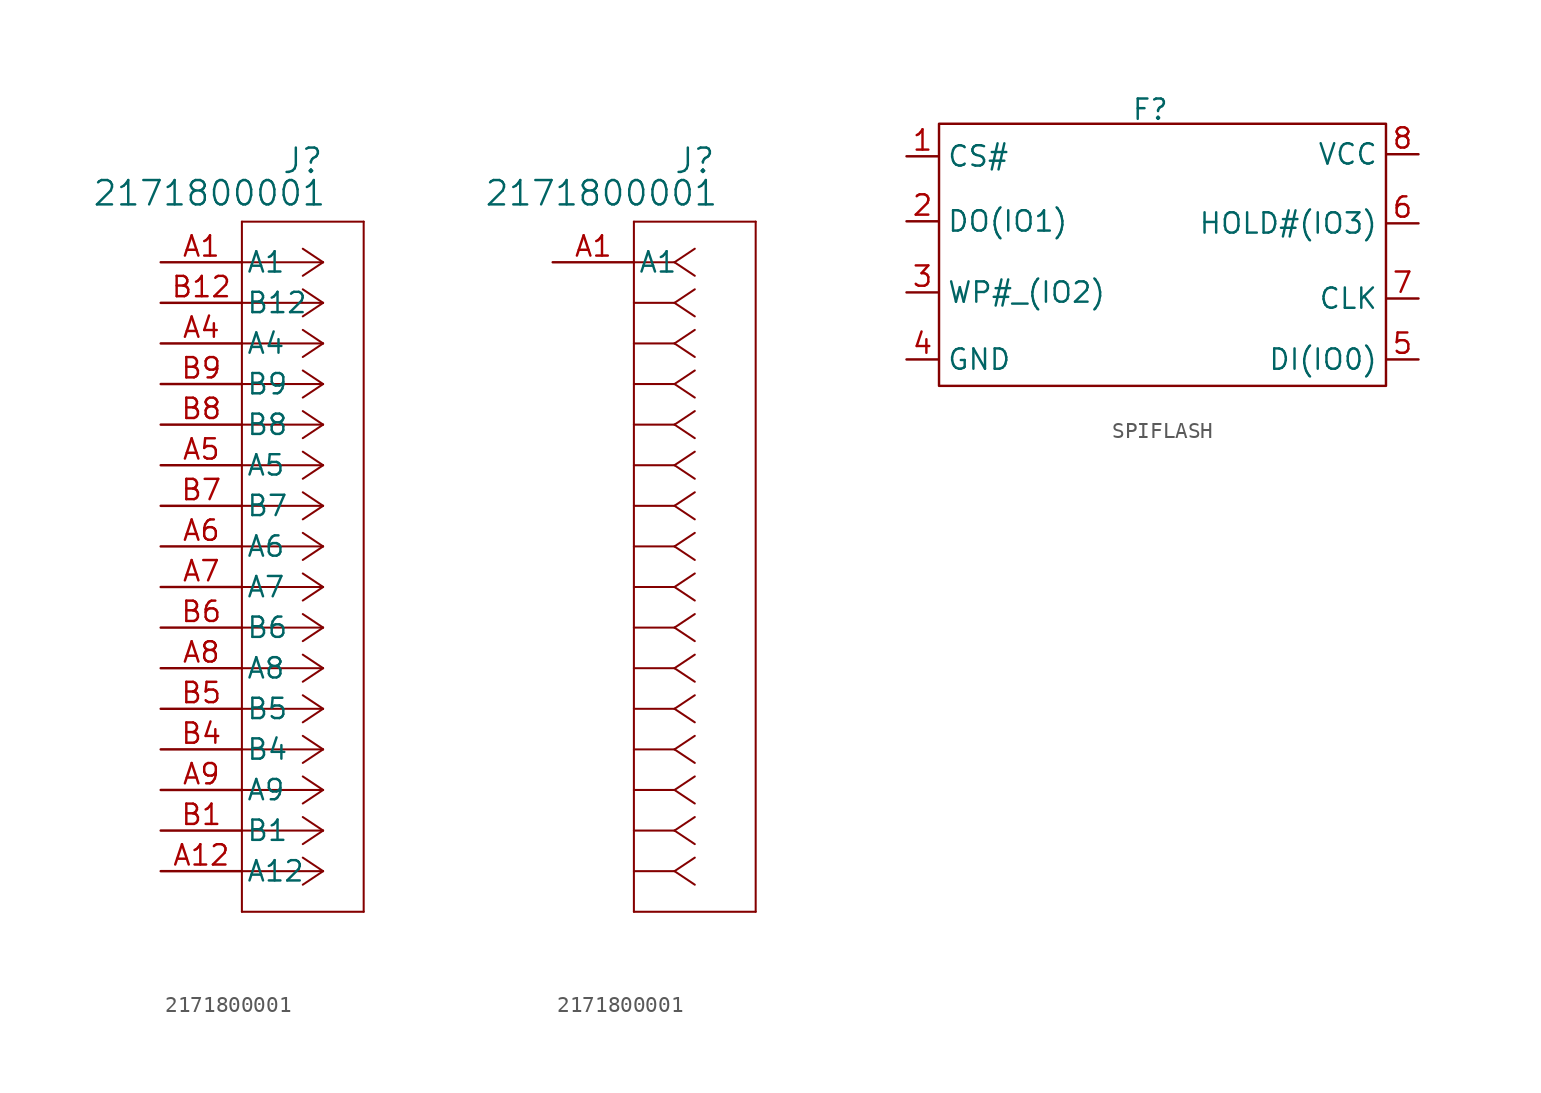
<source format=kicad_sym>
(kicad_symbol_lib
  (version 20231120)
  (generator "kicad_symbol_editor")
  (generator_version "8.0")
  (symbol "2171800001"
    (pin_names
      (offset 0.254))
    (property "Reference" "J"
      (at 8.89 6.35 0)
      (effects (font (size 1.524 1.524))))
    (property "Value" "2171800001"
      (at 3.048 4.318 0)
      (effects (font (size 1.524 1.524))))
    (property "ki_locked" ""
      (at 0 0 0)
      (effects (font (size 1.27 1.27))))
    (symbol "2171800001_1_1"
      (polyline (pts (xy 5.08 -40.64) (xy 12.7 -40.64)) (stroke (width 0.127) (type default)) (fill (type none)))
      (polyline (pts (xy 5.08 2.54) (xy 5.08 -40.64)) (stroke (width 0.127) (type default)) (fill (type none)))
      (polyline (pts (xy 10.16 -38.1) (xy 5.08 -38.1)) (stroke (width 0.127) (type default)) (fill (type none)))
      (polyline (pts (xy 10.16 -38.1) (xy 8.89 -38.947)) (stroke (width 0.127) (type default)) (fill (type none)))
      (polyline (pts (xy 10.16 -38.1) (xy 8.89 -37.253)) (stroke (width 0.127) (type default)) (fill (type none)))
      (polyline (pts (xy 10.16 -35.56) (xy 5.08 -35.56)) (stroke (width 0.127) (type default)) (fill (type none)))
      (polyline (pts (xy 10.16 -35.56) (xy 8.89 -36.407)) (stroke (width 0.127) (type default)) (fill (type none)))
      (polyline (pts (xy 10.16 -35.56) (xy 8.89 -34.713)) (stroke (width 0.127) (type default)) (fill (type none)))
      (polyline (pts (xy 10.16 -33.02) (xy 5.08 -33.02)) (stroke (width 0.127) (type default)) (fill (type none)))
      (polyline (pts (xy 10.16 -33.02) (xy 8.89 -33.867)) (stroke (width 0.127) (type default)) (fill (type none)))
      (polyline (pts (xy 10.16 -33.02) (xy 8.89 -32.173)) (stroke (width 0.127) (type default)) (fill (type none)))
      (polyline (pts (xy 10.16 -30.48) (xy 5.08 -30.48)) (stroke (width 0.127) (type default)) (fill (type none)))
      (polyline (pts (xy 10.16 -30.48) (xy 8.89 -31.327)) (stroke (width 0.127) (type default)) (fill (type none)))
      (polyline (pts (xy 10.16 -30.48) (xy 8.89 -29.633)) (stroke (width 0.127) (type default)) (fill (type none)))
      (polyline (pts (xy 10.16 -27.94) (xy 5.08 -27.94)) (stroke (width 0.127) (type default)) (fill (type none)))
      (polyline (pts (xy 10.16 -27.94) (xy 8.89 -28.787)) (stroke (width 0.127) (type default)) (fill (type none)))
      (polyline (pts (xy 10.16 -27.94) (xy 8.89 -27.093)) (stroke (width 0.127) (type default)) (fill (type none)))
      (polyline (pts (xy 10.16 -25.4) (xy 5.08 -25.4)) (stroke (width 0.127) (type default)) (fill (type none)))
      (polyline (pts (xy 10.16 -25.4) (xy 8.89 -26.247)) (stroke (width 0.127) (type default)) (fill (type none)))
      (polyline (pts (xy 10.16 -25.4) (xy 8.89 -24.553)) (stroke (width 0.127) (type default)) (fill (type none)))
      (polyline (pts (xy 10.16 -22.86) (xy 5.08 -22.86)) (stroke (width 0.127) (type default)) (fill (type none)))
      (polyline (pts (xy 10.16 -22.86) (xy 8.89 -23.707)) (stroke (width 0.127) (type default)) (fill (type none)))
      (polyline (pts (xy 10.16 -22.86) (xy 8.89 -22.013)) (stroke (width 0.127) (type default)) (fill (type none)))
      (polyline (pts (xy 10.16 -20.32) (xy 5.08 -20.32)) (stroke (width 0.127) (type default)) (fill (type none)))
      (polyline (pts (xy 10.16 -20.32) (xy 8.89 -21.167)) (stroke (width 0.127) (type default)) (fill (type none)))
      (polyline (pts (xy 10.16 -20.32) (xy 8.89 -19.473)) (stroke (width 0.127) (type default)) (fill (type none)))
      (polyline (pts (xy 10.16 -17.78) (xy 5.08 -17.78)) (stroke (width 0.127) (type default)) (fill (type none)))
      (polyline (pts (xy 10.16 -17.78) (xy 8.89 -18.627)) (stroke (width 0.127) (type default)) (fill (type none)))
      (polyline (pts (xy 10.16 -17.78) (xy 8.89 -16.933)) (stroke (width 0.127) (type default)) (fill (type none)))
      (polyline (pts (xy 10.16 -15.24) (xy 5.08 -15.24)) (stroke (width 0.127) (type default)) (fill (type none)))
      (polyline (pts (xy 10.16 -15.24) (xy 8.89 -16.087)) (stroke (width 0.127) (type default)) (fill (type none)))
      (polyline (pts (xy 10.16 -15.24) (xy 8.89 -14.393)) (stroke (width 0.127) (type default)) (fill (type none)))
      (polyline (pts (xy 10.16 -12.7) (xy 5.08 -12.7)) (stroke (width 0.127) (type default)) (fill (type none)))
      (polyline (pts (xy 10.16 -12.7) (xy 8.89 -13.547)) (stroke (width 0.127) (type default)) (fill (type none)))
      (polyline (pts (xy 10.16 -12.7) (xy 8.89 -11.853)) (stroke (width 0.127) (type default)) (fill (type none)))
      (polyline (pts (xy 10.16 -10.16) (xy 5.08 -10.16)) (stroke (width 0.127) (type default)) (fill (type none)))
      (polyline (pts (xy 10.16 -10.16) (xy 8.89 -11.007)) (stroke (width 0.127) (type default)) (fill (type none)))
      (polyline (pts (xy 10.16 -10.16) (xy 8.89 -9.313)) (stroke (width 0.127) (type default)) (fill (type none)))
      (polyline (pts (xy 10.16 -7.62) (xy 5.08 -7.62)) (stroke (width 0.127) (type default)) (fill (type none)))
      (polyline (pts (xy 10.16 -7.62) (xy 8.89 -8.467)) (stroke (width 0.127) (type default)) (fill (type none)))
      (polyline (pts (xy 10.16 -7.62) (xy 8.89 -6.773)) (stroke (width 0.127) (type default)) (fill (type none)))
      (polyline (pts (xy 10.16 -5.08) (xy 5.08 -5.08)) (stroke (width 0.127) (type default)) (fill (type none)))
      (polyline (pts (xy 10.16 -5.08) (xy 8.89 -5.927)) (stroke (width 0.127) (type default)) (fill (type none)))
      (polyline (pts (xy 10.16 -5.08) (xy 8.89 -4.233)) (stroke (width 0.127) (type default)) (fill (type none)))
      (polyline (pts (xy 10.16 -2.54) (xy 5.08 -2.54)) (stroke (width 0.127) (type default)) (fill (type none)))
      (polyline (pts (xy 10.16 -2.54) (xy 8.89 -3.387)) (stroke (width 0.127) (type default)) (fill (type none)))
      (polyline (pts (xy 10.16 -2.54) (xy 8.89 -1.693)) (stroke (width 0.127) (type default)) (fill (type none)))
      (polyline (pts (xy 10.16 0) (xy 5.08 0)) (stroke (width 0.127) (type default)) (fill (type none)))
      (polyline (pts (xy 10.16 0) (xy 8.89 -0.847)) (stroke (width 0.127) (type default)) (fill (type none)))
      (polyline (pts (xy 10.16 0) (xy 8.89 0.847)) (stroke (width 0.127) (type default)) (fill (type none)))
      (polyline (pts (xy 12.7 -40.64) (xy 12.7 2.54)) (stroke (width 0.127) (type default)) (fill (type none)))
      (polyline (pts (xy 12.7 2.54) (xy 5.08 2.54)) (stroke (width 0.127) (type default)) (fill (type none)))
      (pin bidirectional line (at 0 0 0) (length 5.08) (name "A1" (effects (font (size 1.27 1.27)))) (number "A1" (effects (font (size 1.27 1.27)))))
      (pin bidirectional line (at 0 -38.1 0) (length 5.08) (name "A12" (effects (font (size 1.27 1.27)))) (number "A12" (effects (font (size 1.27 1.27)))))
      (pin bidirectional line (at 0 -5.08 0) (length 5.08) (name "A4" (effects (font (size 1.27 1.27)))) (number "A4" (effects (font (size 1.27 1.27)))))
      (pin bidirectional line (at 0 -12.7 0) (length 5.08) (name "A5" (effects (font (size 1.27 1.27)))) (number "A5" (effects (font (size 1.27 1.27)))))
      (pin bidirectional line (at 0 -17.78 0) (length 5.08) (name "A6" (effects (font (size 1.27 1.27)))) (number "A6" (effects (font (size 1.27 1.27)))))
      (pin bidirectional line (at 0 -20.32 0) (length 5.08) (name "A7" (effects (font (size 1.27 1.27)))) (number "A7" (effects (font (size 1.27 1.27)))))
      (pin bidirectional line (at 0 -25.4 0) (length 5.08) (name "A8" (effects (font (size 1.27 1.27)))) (number "A8" (effects (font (size 1.27 1.27)))))
      (pin bidirectional line (at 0 -33.02 0) (length 5.08) (name "A9" (effects (font (size 1.27 1.27)))) (number "A9" (effects (font (size 1.27 1.27)))))
      (pin bidirectional line (at 0 -35.56 0) (length 5.08) (name "B1" (effects (font (size 1.27 1.27)))) (number "B1" (effects (font (size 1.27 1.27)))))
      (pin bidirectional line (at 0 -2.54 0) (length 5.08) (name "B12" (effects (font (size 1.27 1.27)))) (number "B12" (effects (font (size 1.27 1.27)))))
      (pin bidirectional line (at 0 -30.48 0) (length 5.08) (name "B4" (effects (font (size 1.27 1.27)))) (number "B4" (effects (font (size 1.27 1.27)))))
      (pin bidirectional line (at 0 -27.94 0) (length 5.08) (name "B5" (effects (font (size 1.27 1.27)))) (number "B5" (effects (font (size 1.27 1.27)))))
      (pin bidirectional line (at 0 -22.86 0) (length 5.08) (name "B6" (effects (font (size 1.27 1.27)))) (number "B6" (effects (font (size 1.27 1.27)))))
      (pin bidirectional line (at 0 -15.24 0) (length 5.08) (name "B7" (effects (font (size 1.27 1.27)))) (number "B7" (effects (font (size 1.27 1.27)))))
      (pin bidirectional line (at 0 -10.16 0) (length 5.08) (name "B8" (effects (font (size 1.27 1.27)))) (number "B8" (effects (font (size 1.27 1.27)))))
      (pin bidirectional line (at 0 -7.62 0) (length 5.08) (name "B9" (effects (font (size 1.27 1.27)))) (number "B9" (effects (font (size 1.27 1.27))))))
    (symbol "2171800001_1_2"
      (polyline (pts (xy 5.08 -40.64) (xy 12.7 -40.64)) (stroke (width 0.127) (type default)) (fill (type none)))
      (polyline (pts (xy 5.08 2.54) (xy 5.08 -40.64)) (stroke (width 0.127) (type default)) (fill (type none)))
      (polyline (pts (xy 7.62 -38.1) (xy 5.08 -38.1)) (stroke (width 0.127) (type default)) (fill (type none)))
      (polyline (pts (xy 7.62 -38.1) (xy 8.89 -38.947)) (stroke (width 0.127) (type default)) (fill (type none)))
      (polyline (pts (xy 7.62 -38.1) (xy 8.89 -37.253)) (stroke (width 0.127) (type default)) (fill (type none)))
      (polyline (pts (xy 7.62 -35.56) (xy 5.08 -35.56)) (stroke (width 0.127) (type default)) (fill (type none)))
      (polyline (pts (xy 7.62 -35.56) (xy 8.89 -36.407)) (stroke (width 0.127) (type default)) (fill (type none)))
      (polyline (pts (xy 7.62 -35.56) (xy 8.89 -34.713)) (stroke (width 0.127) (type default)) (fill (type none)))
      (polyline (pts (xy 7.62 -33.02) (xy 5.08 -33.02)) (stroke (width 0.127) (type default)) (fill (type none)))
      (polyline (pts (xy 7.62 -33.02) (xy 8.89 -33.867)) (stroke (width 0.127) (type default)) (fill (type none)))
      (polyline (pts (xy 7.62 -33.02) (xy 8.89 -32.173)) (stroke (width 0.127) (type default)) (fill (type none)))
      (polyline (pts (xy 7.62 -30.48) (xy 5.08 -30.48)) (stroke (width 0.127) (type default)) (fill (type none)))
      (polyline (pts (xy 7.62 -30.48) (xy 8.89 -31.327)) (stroke (width 0.127) (type default)) (fill (type none)))
      (polyline (pts (xy 7.62 -30.48) (xy 8.89 -29.633)) (stroke (width 0.127) (type default)) (fill (type none)))
      (polyline (pts (xy 7.62 -27.94) (xy 5.08 -27.94)) (stroke (width 0.127) (type default)) (fill (type none)))
      (polyline (pts (xy 7.62 -27.94) (xy 8.89 -28.787)) (stroke (width 0.127) (type default)) (fill (type none)))
      (polyline (pts (xy 7.62 -27.94) (xy 8.89 -27.093)) (stroke (width 0.127) (type default)) (fill (type none)))
      (polyline (pts (xy 7.62 -25.4) (xy 5.08 -25.4)) (stroke (width 0.127) (type default)) (fill (type none)))
      (polyline (pts (xy 7.62 -25.4) (xy 8.89 -26.247)) (stroke (width 0.127) (type default)) (fill (type none)))
      (polyline (pts (xy 7.62 -25.4) (xy 8.89 -24.553)) (stroke (width 0.127) (type default)) (fill (type none)))
      (polyline (pts (xy 7.62 -22.86) (xy 5.08 -22.86)) (stroke (width 0.127) (type default)) (fill (type none)))
      (polyline (pts (xy 7.62 -22.86) (xy 8.89 -23.707)) (stroke (width 0.127) (type default)) (fill (type none)))
      (polyline (pts (xy 7.62 -22.86) (xy 8.89 -22.013)) (stroke (width 0.127) (type default)) (fill (type none)))
      (polyline (pts (xy 7.62 -20.32) (xy 5.08 -20.32)) (stroke (width 0.127) (type default)) (fill (type none)))
      (polyline (pts (xy 7.62 -20.32) (xy 8.89 -21.167)) (stroke (width 0.127) (type default)) (fill (type none)))
      (polyline (pts (xy 7.62 -20.32) (xy 8.89 -19.473)) (stroke (width 0.127) (type default)) (fill (type none)))
      (polyline (pts (xy 7.62 -17.78) (xy 5.08 -17.78)) (stroke (width 0.127) (type default)) (fill (type none)))
      (polyline (pts (xy 7.62 -17.78) (xy 8.89 -18.627)) (stroke (width 0.127) (type default)) (fill (type none)))
      (polyline (pts (xy 7.62 -17.78) (xy 8.89 -16.933)) (stroke (width 0.127) (type default)) (fill (type none)))
      (polyline (pts (xy 7.62 -15.24) (xy 5.08 -15.24)) (stroke (width 0.127) (type default)) (fill (type none)))
      (polyline (pts (xy 7.62 -15.24) (xy 8.89 -16.087)) (stroke (width 0.127) (type default)) (fill (type none)))
      (polyline (pts (xy 7.62 -15.24) (xy 8.89 -14.393)) (stroke (width 0.127) (type default)) (fill (type none)))
      (polyline (pts (xy 7.62 -12.7) (xy 5.08 -12.7)) (stroke (width 0.127) (type default)) (fill (type none)))
      (polyline (pts (xy 7.62 -12.7) (xy 8.89 -13.547)) (stroke (width 0.127) (type default)) (fill (type none)))
      (polyline (pts (xy 7.62 -12.7) (xy 8.89 -11.853)) (stroke (width 0.127) (type default)) (fill (type none)))
      (polyline (pts (xy 7.62 -10.16) (xy 5.08 -10.16)) (stroke (width 0.127) (type default)) (fill (type none)))
      (polyline (pts (xy 7.62 -10.16) (xy 8.89 -11.007)) (stroke (width 0.127) (type default)) (fill (type none)))
      (polyline (pts (xy 7.62 -10.16) (xy 8.89 -9.313)) (stroke (width 0.127) (type default)) (fill (type none)))
      (polyline (pts (xy 7.62 -7.62) (xy 5.08 -7.62)) (stroke (width 0.127) (type default)) (fill (type none)))
      (polyline (pts (xy 7.62 -7.62) (xy 8.89 -8.467)) (stroke (width 0.127) (type default)) (fill (type none)))
      (polyline (pts (xy 7.62 -7.62) (xy 8.89 -6.773)) (stroke (width 0.127) (type default)) (fill (type none)))
      (polyline (pts (xy 7.62 -5.08) (xy 5.08 -5.08)) (stroke (width 0.127) (type default)) (fill (type none)))
      (polyline (pts (xy 7.62 -5.08) (xy 8.89 -5.927)) (stroke (width 0.127) (type default)) (fill (type none)))
      (polyline (pts (xy 7.62 -5.08) (xy 8.89 -4.233)) (stroke (width 0.127) (type default)) (fill (type none)))
      (polyline (pts (xy 7.62 -2.54) (xy 5.08 -2.54)) (stroke (width 0.127) (type default)) (fill (type none)))
      (polyline (pts (xy 7.62 -2.54) (xy 8.89 -3.387)) (stroke (width 0.127) (type default)) (fill (type none)))
      (polyline (pts (xy 7.62 -2.54) (xy 8.89 -1.693)) (stroke (width 0.127) (type default)) (fill (type none)))
      (polyline (pts (xy 7.62 0) (xy 5.08 0)) (stroke (width 0.127) (type default)) (fill (type none)))
      (polyline (pts (xy 7.62 0) (xy 8.89 -0.847)) (stroke (width 0.127) (type default)) (fill (type none)))
      (polyline (pts (xy 7.62 0) (xy 8.89 0.847)) (stroke (width 0.127) (type default)) (fill (type none)))
      (polyline (pts (xy 12.7 -40.64) (xy 12.7 2.54)) (stroke (width 0.127) (type default)) (fill (type none)))
      (polyline (pts (xy 12.7 2.54) (xy 5.08 2.54)) (stroke (width 0.127) (type default)) (fill (type none)))
      (pin power_out line (at 0 0 0) (length 5.08) (name "A1" (effects (font (size 1.27 1.27)))) (number "A1" (effects (font (size 1.27 1.27)))))))
  (symbol "SPIFLASH"
    (property "Reference" "F"
      (at 7.747 -0.381 0)
      (effects (font (size 1.27 1.27))))
    (property "Value" ""
      (at 0 0 0)
      (effects (font (size 1.27 1.27))))
    (symbol "SPIFLASH_0_1"
      (rectangle (start -5.461 -1.27) (end 22.479 -17.653) (stroke (width 0) (type default)) (fill (type none))))
    (symbol "SPIFLASH_1_1"
      (pin input line (at -7.493 -3.302 0) (length 2) (name "CS#" (effects (font (size 1.27 1.27)))) (number "1" (effects (font (size 1.27 1.27)))))
      (pin input line (at -7.493 -7.366 0) (length 2) (name "DO(IO1)" (effects (font (size 1.27 1.27)))) (number "2" (effects (font (size 1.27 1.27)))))
      (pin input line (at -7.493 -11.811 0) (length 2) (name "WP#_(IO2)" (effects (font (size 1.27 1.27)))) (number "3" (effects (font (size 1.27 1.27)))))
      (pin input line (at -7.493 -16.002 0) (length 2) (name "GND" (effects (font (size 1.27 1.27)))) (number "4" (effects (font (size 1.27 1.27)))))
      (pin input line (at 24.511 -16.002 180) (length 2) (name "DI(IO0)" (effects (font (size 1.27 1.27)))) (number "5" (effects (font (size 1.27 1.27)))))
      (pin input line (at 24.511 -7.493 180) (length 2) (name "HOLD#(IO3)" (effects (font (size 1.27 1.27)))) (number "6" (effects (font (size 1.27 1.27)))))
      (pin input line (at 24.511 -12.192 180) (length 2) (name "CLK" (effects (font (size 1.27 1.27)))) (number "7" (effects (font (size 1.27 1.27)))))
      (pin input line (at 24.511 -3.175 180) (length 2) (name "VCC" (effects (font (size 1.27 1.27)))) (number "8" (effects (font (size 1.27 1.27))))))))
</source>
